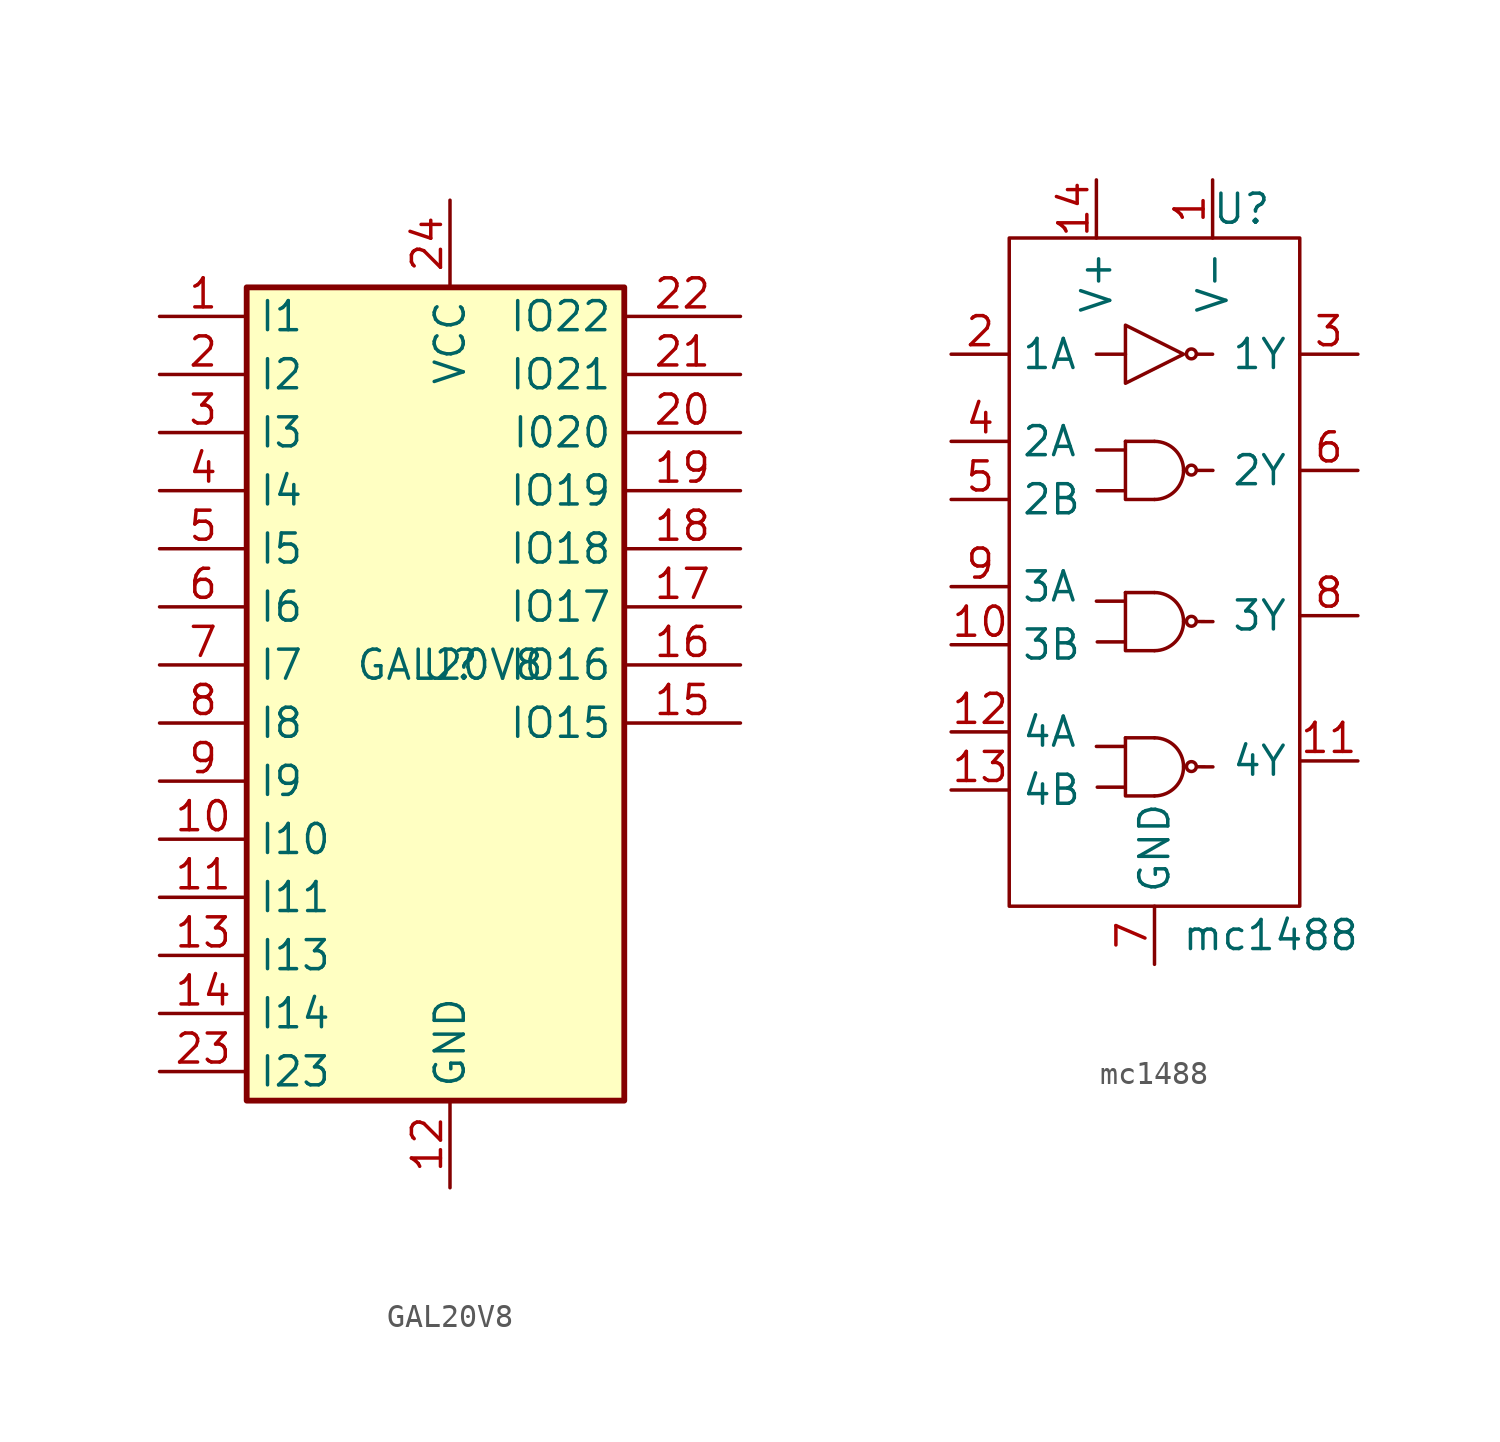
<source format=kicad_sym>
(kicad_symbol_lib
  (version 20211014)
  (generator kicad_symbol_editor)
  (symbol "GAL20V8"
    (property "Reference" "U"
      (at 0 0 0)
      (effects (font (size 1.27 1.27))))
    (property "Value" "GAL20V8"
      (at 0 0 0)
      (effects (font (size 1.27 1.27))))
    (symbol "GAL20V8_0_0"
      (pin power_in line (at 0 -22.86 90) (length 3.81) (name "GND" (effects (font (size 1.27 1.27)))) (number "12" (effects (font (size 1.27 1.27)))))
      (pin power_in line (at 0 20.32 270) (length 3.81) (name "VCC" (effects (font (size 1.27 1.27)))) (number "24" (effects (font (size 1.27 1.27))))))
    (symbol "GAL20V8_0_1"
      (rectangle (start -8.89 16.51) (end 7.62 -19.05) (stroke (width 0.254) (type default) (color 0 0 0 0)) (fill (type background))))
    (symbol "GAL20V8_1_1"
      (pin input line (at -12.7 15.24 0) (length 3.81) (name "I1" (effects (font (size 1.27 1.27)))) (number "1" (effects (font (size 1.27 1.27)))))
      (pin input line (at -12.7 -7.62 0) (length 3.81) (name "I10" (effects (font (size 1.27 1.27)))) (number "10" (effects (font (size 1.27 1.27)))))
      (pin input line (at -12.7 -10.16 0) (length 3.81) (name "I11" (effects (font (size 1.27 1.27)))) (number "11" (effects (font (size 1.27 1.27)))))
      (pin input line (at -12.7 -12.7 0) (length 3.81) (name "I13" (effects (font (size 1.27 1.27)))) (number "13" (effects (font (size 1.27 1.27)))))
      (pin input line (at -12.7 -15.24 0) (length 3.81) (name "I14" (effects (font (size 1.27 1.27)))) (number "14" (effects (font (size 1.27 1.27)))))
      (pin tri_state line (at 12.7 -2.54 180) (length 5.08) (name "IO15" (effects (font (size 1.27 1.27)))) (number "15" (effects (font (size 1.27 1.27)))))
      (pin tri_state line (at 12.7 0 180) (length 5.08) (name "IO16" (effects (font (size 1.27 1.27)))) (number "16" (effects (font (size 1.27 1.27)))))
      (pin tri_state line (at 12.7 2.54 180) (length 5.08) (name "IO17" (effects (font (size 1.27 1.27)))) (number "17" (effects (font (size 1.27 1.27)))))
      (pin tri_state line (at 12.7 5.08 180) (length 5.08) (name "IO18" (effects (font (size 1.27 1.27)))) (number "18" (effects (font (size 1.27 1.27)))))
      (pin tri_state line (at 12.7 7.62 180) (length 5.08) (name "IO19" (effects (font (size 1.27 1.27)))) (number "19" (effects (font (size 1.27 1.27)))))
      (pin input line (at -12.7 12.7 0) (length 3.81) (name "I2" (effects (font (size 1.27 1.27)))) (number "2" (effects (font (size 1.27 1.27)))))
      (pin tri_state line (at 12.7 10.16 180) (length 5.08) (name "I020" (effects (font (size 1.27 1.27)))) (number "20" (effects (font (size 1.27 1.27)))))
      (pin tri_state line (at 12.7 12.7 180) (length 5.08) (name "IO21" (effects (font (size 1.27 1.27)))) (number "21" (effects (font (size 1.27 1.27)))))
      (pin tri_state line (at 12.7 15.24 180) (length 5.08) (name "IO22" (effects (font (size 1.27 1.27)))) (number "22" (effects (font (size 1.27 1.27)))))
      (pin input line (at -12.7 -17.78 0) (length 3.81) (name "I23" (effects (font (size 1.27 1.27)))) (number "23" (effects (font (size 1.27 1.27)))))
      (pin input line (at -12.7 10.16 0) (length 3.81) (name "I3" (effects (font (size 1.27 1.27)))) (number "3" (effects (font (size 1.27 1.27)))))
      (pin input line (at -12.7 7.62 0) (length 3.81) (name "I4" (effects (font (size 1.27 1.27)))) (number "4" (effects (font (size 1.27 1.27)))))
      (pin input line (at -12.7 5.08 0) (length 3.81) (name "I5" (effects (font (size 1.27 1.27)))) (number "5" (effects (font (size 1.27 1.27)))))
      (pin input line (at -12.7 2.54 0) (length 3.81) (name "I6" (effects (font (size 1.27 1.27)))) (number "6" (effects (font (size 1.27 1.27)))))
      (pin input line (at -12.7 0 0) (length 3.81) (name "I7" (effects (font (size 1.27 1.27)))) (number "7" (effects (font (size 1.27 1.27)))))
      (pin input line (at -12.7 -2.54 0) (length 3.81) (name "I8" (effects (font (size 1.27 1.27)))) (number "8" (effects (font (size 1.27 1.27)))))
      (pin input line (at -12.7 -5.08 0) (length 3.81) (name "I9" (effects (font (size 1.27 1.27)))) (number "9" (effects (font (size 1.27 1.27)))))))
  (symbol "mc1488"
    (property "Reference" "U"
      (at 3.81 13.97 0)
      (effects (font (size 1.27 1.27))))
    (property "Value" "mc1488"
      (at 5.08 -17.78 0)
      (effects (font (size 1.27 1.27))))
    (symbol "mc1488_0_1"
      (rectangle (start -6.35 12.7) (end 6.35 -16.51) (stroke (width 0) (type default) (color 0 0 0 0)) (fill (type none)))
      (arc (start -0.0001 -11.6886) (mid 0.8979 -11.3166) (end 1.2699 -10.4186) (stroke (width 0) (type default) (color 0 0 0 0)) (fill (type none)))
      (arc (start -0.0001 -5.3386) (mid 0.8979 -4.9666) (end 1.2699 -4.0686) (stroke (width 0) (type default) (color 0 0 0 0)) (fill (type none)))
      (polyline (pts (xy -2.54 -9.525) (xy -1.276 -9.525)) (stroke (width 0) (type default) (color 0 0 0 0)) (fill (type none)))
      (polyline (pts (xy -2.54 -3.175) (xy -1.276 -3.175)) (stroke (width 0) (type default) (color 0 0 0 0)) (fill (type none)))
      (polyline (pts (xy -2.54 3.434) (xy -1.276 3.434)) (stroke (width 0) (type default) (color 0 0 0 0)) (fill (type none)))
      (polyline (pts (xy -2.502 -11.306) (xy -1.276 -11.306)) (stroke (width 0) (type default) (color 0 0 0 0)) (fill (type none)))
      (polyline (pts (xy -2.502 -4.956) (xy -1.276 -4.956)) (stroke (width 0) (type default) (color 0 0 0 0)) (fill (type none)))
      (polyline (pts (xy -2.502 1.653) (xy -1.276 1.653)) (stroke (width 0) (type default) (color 0 0 0 0)) (fill (type none)))
      (polyline (pts (xy -1.27 -9.149) (xy -0.0001 -9.149)) (stroke (width 0) (type default) (color 0 0 0 0)) (fill (type none)))
      (polyline (pts (xy -1.27 -2.799) (xy -0.0001 -2.799)) (stroke (width 0) (type default) (color 0 0 0 0)) (fill (type none)))
      (polyline (pts (xy -1.27 3.81) (xy 0 3.81)) (stroke (width 0) (type default) (color 0 0 0 0)) (fill (type none)))
      (polyline (pts (xy -1.27 7.62) (xy -2.54 7.62)) (stroke (width 0) (type default) (color 0 0 0 0)) (fill (type none)))
      (polyline (pts (xy 2.54 7.62) (xy 1.889 7.622)) (stroke (width 0) (type default) (color 0 0 0 0)) (fill (type none)))
      (polyline (pts (xy 2.553 -10.419) (xy 1.889 -10.416)) (stroke (width 0) (type default) (color 0 0 0 0)) (fill (type none)))
      (polyline (pts (xy 2.553 -4.069) (xy 1.889 -4.066)) (stroke (width 0) (type default) (color 0 0 0 0)) (fill (type none)))
      (polyline (pts (xy 2.553 2.54) (xy 1.889 2.542)) (stroke (width 0) (type default) (color 0 0 0 0)) (fill (type none)))
      (polyline (pts (xy -1.27 -9.149) (xy -1.27 -11.689) (xy -0.0001 -11.689)) (stroke (width 0) (type default) (color 0 0 0 0)) (fill (type none)))
      (polyline (pts (xy -1.27 -2.799) (xy -1.27 -5.339) (xy -0.0001 -5.339)) (stroke (width 0) (type default) (color 0 0 0 0)) (fill (type none)))
      (polyline (pts (xy -1.27 3.81) (xy -1.27 1.27) (xy 0 1.27)) (stroke (width 0) (type default) (color 0 0 0 0)) (fill (type none)))
      (polyline (pts (xy -1.27 8.89) (xy -1.27 6.35) (xy 1.27 7.62) (xy -1.27 8.89)) (stroke (width 0) (type default) (color 0 0 0 0)) (fill (type none)))
      (arc (start 0 1.27) (mid 0.898 1.642) (end 1.27 2.54) (stroke (width 0) (type default) (color 0 0 0 0)) (fill (type none)))
      (arc (start 1.2699 -10.4186) (mid 0.8979 -9.5206) (end -0.0001 -9.1486) (stroke (width 0) (type default) (color 0 0 0 0)) (fill (type none)))
      (arc (start 1.2699 -4.0686) (mid 0.8979 -3.1706) (end -0.0001 -2.7986) (stroke (width 0) (type default) (color 0 0 0 0)) (fill (type none)))
      (arc (start 1.27 2.54) (mid 0.898 3.438) (end 0 3.81) (stroke (width 0) (type default) (color 0 0 0 0)) (fill (type none)))
      (circle (center 1.613 -10.405) (radius 0.215) (stroke (width 0) (type default) (color 0 0 0 0)) (fill (type none)))
      (circle (center 1.613 -4.055) (radius 0.215) (stroke (width 0) (type default) (color 0 0 0 0)) (fill (type none)))
      (circle (center 1.613 2.554) (radius 0.215) (stroke (width 0) (type default) (color 0 0 0 0)) (fill (type none)))
      (circle (center 1.613 7.634) (radius 0.215) (stroke (width 0) (type default) (color 0 0 0 0)) (fill (type none))))
    (symbol "mc1488_1_1"
      (pin power_in line (at 2.54 15.24 270) (length 2.54) (name "V-" (effects (font (size 1.27 1.27)))) (number "1" (effects (font (size 1.27 1.27)))))
      (pin input line (at -8.89 -5.08 0) (length 2.54) (name "3B" (effects (font (size 1.27 1.27)))) (number "10" (effects (font (size 1.27 1.27)))))
      (pin output line (at 8.89 -10.16 180) (length 2.54) (name "4Y" (effects (font (size 1.27 1.27)))) (number "11" (effects (font (size 1.27 1.27)))))
      (pin input line (at -8.89 -8.89 0) (length 2.54) (name "4A" (effects (font (size 1.27 1.27)))) (number "12" (effects (font (size 1.27 1.27)))))
      (pin input line (at -8.89 -11.43 0) (length 2.54) (name "4B" (effects (font (size 1.27 1.27)))) (number "13" (effects (font (size 1.27 1.27)))))
      (pin power_in line (at -2.54 15.24 270) (length 2.54) (name "V+" (effects (font (size 1.27 1.27)))) (number "14" (effects (font (size 1.27 1.27)))))
      (pin input line (at -8.89 7.62 0) (length 2.54) (name "1A" (effects (font (size 1.27 1.27)))) (number "2" (effects (font (size 1.27 1.27)))))
      (pin output line (at 8.89 7.62 180) (length 2.54) (name "1Y" (effects (font (size 1.27 1.27)))) (number "3" (effects (font (size 1.27 1.27)))))
      (pin input line (at -8.89 3.81 0) (length 2.54) (name "2A" (effects (font (size 1.27 1.27)))) (number "4" (effects (font (size 1.27 1.27)))))
      (pin input line (at -8.89 1.27 0) (length 2.54) (name "2B" (effects (font (size 1.27 1.27)))) (number "5" (effects (font (size 1.27 1.27)))))
      (pin output line (at 8.89 2.54 180) (length 2.54) (name "2Y" (effects (font (size 1.27 1.27)))) (number "6" (effects (font (size 1.27 1.27)))))
      (pin power_in line (at 0 -19.05 90) (length 2.54) (name "GND" (effects (font (size 1.27 1.27)))) (number "7" (effects (font (size 1.27 1.27)))))
      (pin output line (at 8.89 -3.81 180) (length 2.54) (name "3Y" (effects (font (size 1.27 1.27)))) (number "8" (effects (font (size 1.27 1.27)))))
      (pin input line (at -8.89 -2.54 0) (length 2.54) (name "3A" (effects (font (size 1.27 1.27)))) (number "9" (effects (font (size 1.27 1.27))))))))
</source>
